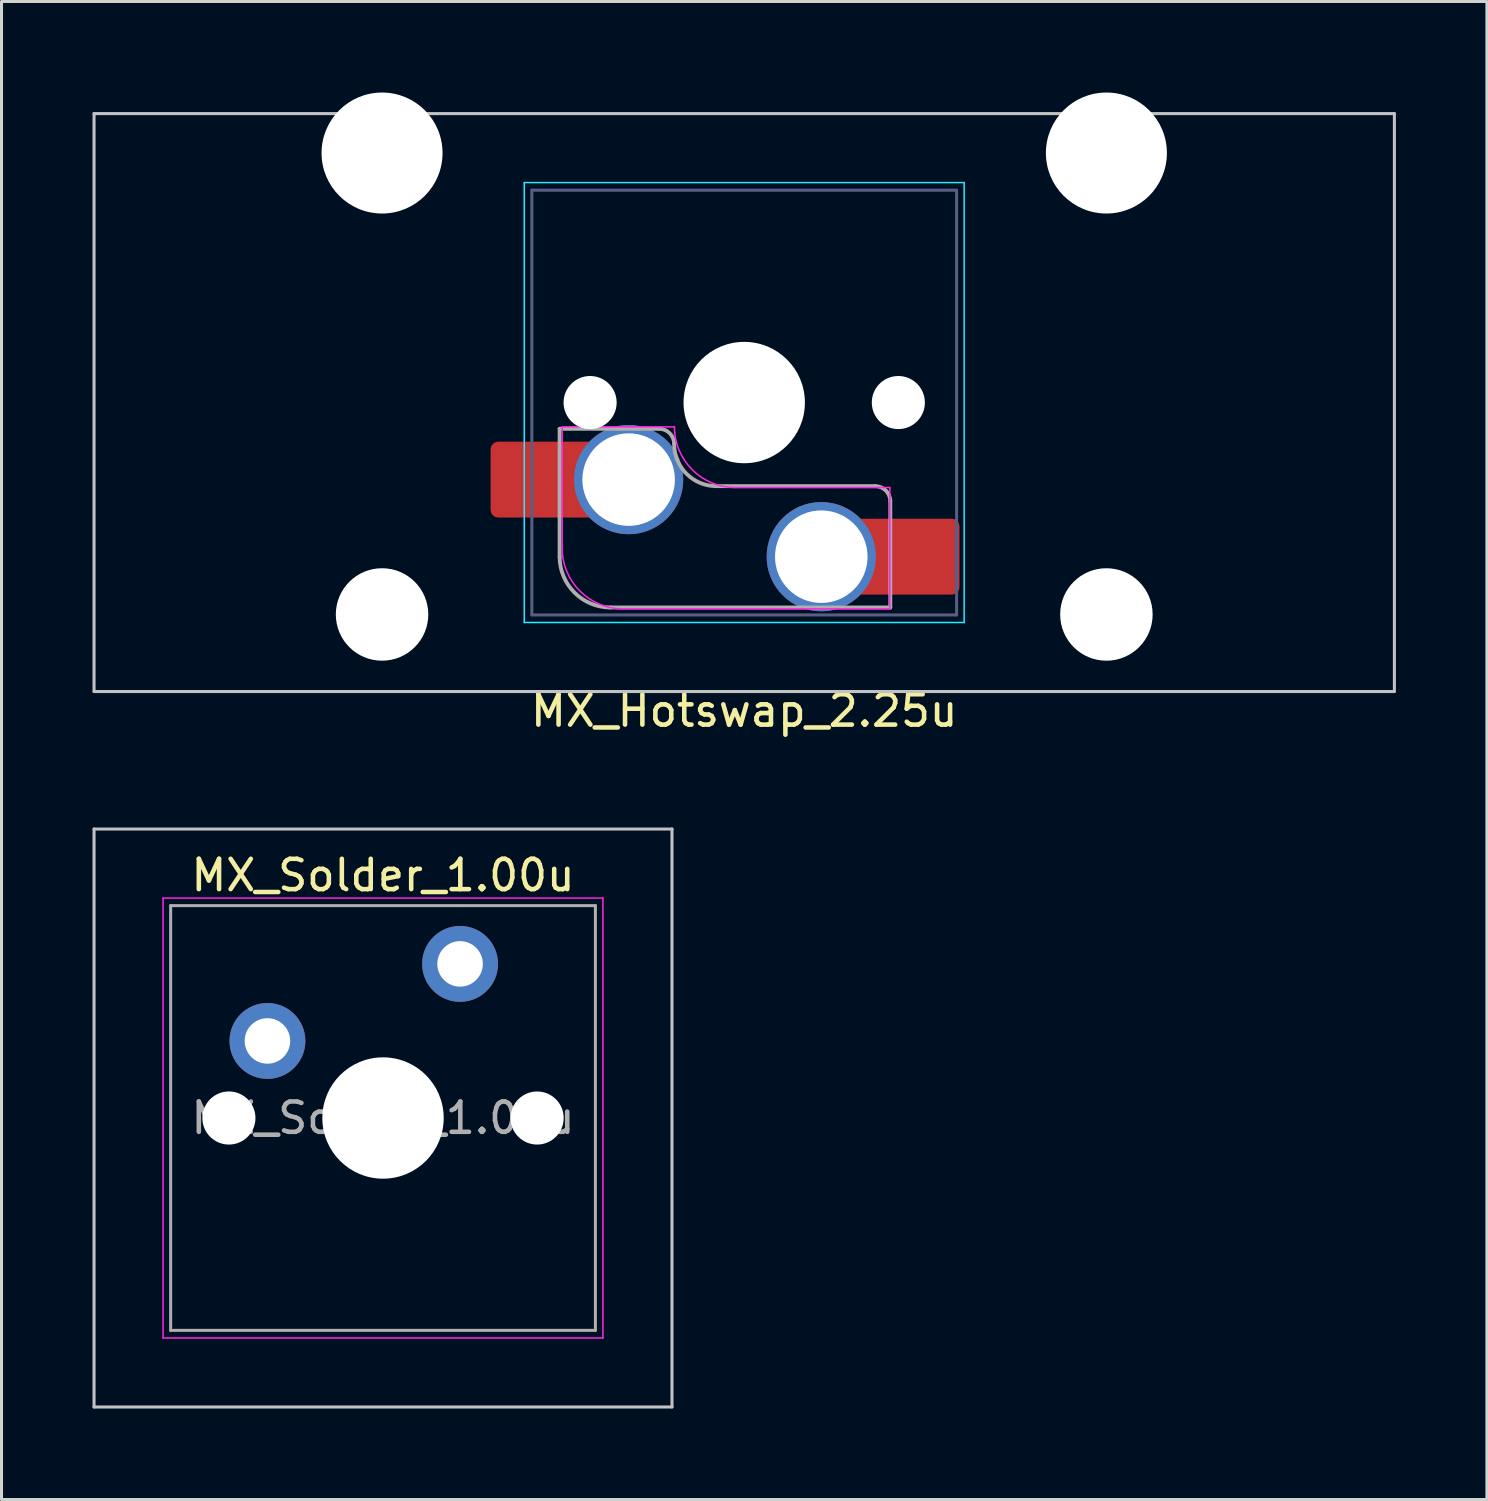
<source format=kicad_pcb>
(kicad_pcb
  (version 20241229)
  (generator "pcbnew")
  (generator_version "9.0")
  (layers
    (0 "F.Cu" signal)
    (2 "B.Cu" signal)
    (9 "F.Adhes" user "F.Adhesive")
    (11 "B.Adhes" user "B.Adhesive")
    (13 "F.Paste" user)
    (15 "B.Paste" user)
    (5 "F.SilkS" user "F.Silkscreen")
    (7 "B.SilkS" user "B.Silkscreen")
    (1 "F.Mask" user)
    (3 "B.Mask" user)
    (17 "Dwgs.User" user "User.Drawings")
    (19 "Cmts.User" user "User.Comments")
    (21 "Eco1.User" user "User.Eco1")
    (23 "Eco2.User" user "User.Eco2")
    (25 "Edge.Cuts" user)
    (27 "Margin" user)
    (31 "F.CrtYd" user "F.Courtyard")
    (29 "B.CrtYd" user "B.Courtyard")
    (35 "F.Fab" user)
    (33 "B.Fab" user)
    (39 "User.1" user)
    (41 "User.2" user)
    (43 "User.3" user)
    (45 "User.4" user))
  (footprint "MX_Solder_1.00u"
    (layer "F.Cu")
    (at 9.575 33.802)
    (property "Reference" "MX_Solder_1.00u" (at 0 -8 0) (layer "F.SilkS") (effects (font (size 1 1) (thickness 0.15))))
    (attr through_hole)
    (fp_line (start -9.525 -9.525) (end -9.525 9.525) (stroke (width 0.1) (type solid)) (layer "Dwgs.User"))
    (fp_line (start -9.525 9.525) (end 9.525 9.525) (stroke (width 0.1) (type solid)) (layer "Dwgs.User"))
    (fp_line (start 9.525 -9.525) (end -9.525 -9.525) (stroke (width 0.1) (type solid)) (layer "Dwgs.User"))
    (fp_line (start 9.525 9.525) (end 9.525 -9.525) (stroke (width 0.1) (type solid)) (layer "Dwgs.User"))
    (fp_line (start -7 -7) (end -7 7) (stroke (width 0.1) (type solid)) (layer "Eco1.User"))
    (fp_line (start -7 7) (end 7 7) (stroke (width 0.1) (type solid)) (layer "Eco1.User"))
    (fp_line (start 7 -7) (end -7 -7) (stroke (width 0.1) (type solid)) (layer "Eco1.User"))
    (fp_line (start 7 7) (end 7 -7) (stroke (width 0.1) (type solid)) (layer "Eco1.User"))
    (fp_line (start -7.25 -7.25) (end -7.25 7.25) (stroke (width 0.05) (type solid)) (layer "F.CrtYd"))
    (fp_line (start -7.25 7.25) (end 7.25 7.25) (stroke (width 0.05) (type solid)) (layer "F.CrtYd"))
    (fp_line (start 7.25 -7.25) (end -7.25 -7.25) (stroke (width 0.05) (type solid)) (layer "F.CrtYd"))
    (fp_line (start 7.25 7.25) (end 7.25 -7.25) (stroke (width 0.05) (type solid)) (layer "F.CrtYd"))
    (fp_line (start -7 -7) (end -7 7) (stroke (width 0.1) (type solid)) (layer "F.Fab"))
    (fp_line (start -7 7) (end 7 7) (stroke (width 0.1) (type solid)) (layer "F.Fab"))
    (fp_line (start 7 -7) (end -7 -7) (stroke (width 0.1) (type solid)) (layer "F.Fab"))
    (fp_line (start 7 7) (end 7 -7) (stroke (width 0.1) (type solid)) (layer "F.Fab"))
    (fp_text user "${REFERENCE}" (at 0 0 0) (layer "F.Fab") (effects (font (size 1 1) (thickness 0.15))))
    (pad "" np_thru_hole circle (at -5.08 0) (size 1.75 1.75) (drill 1.75) (layers "*.Cu" "*.Mask"))
    (pad "" np_thru_hole circle (at 0 0) (size 4 4) (drill 4) (layers "*.Cu" "*.Mask"))
    (pad "" np_thru_hole circle (at 5.08 0) (size 1.75 1.75) (drill 1.75) (layers "*.Cu" "*.Mask"))
    (pad "1" thru_hole circle (at -3.81 -2.54) (size 2.5 2.5) (drill 1.5) (layers "*.Cu" "*.Mask"))
    (pad "2" thru_hole circle (at 2.54 -5.08) (size 2.5 2.5) (drill 1.5) (layers "*.Cu" "*.Mask")))
  (footprint "MX_Hotswap_2.25u"
    (layer "F.Cu")
    (at 20.846 14.029)
    (property "Reference" "MX_Hotswap_2.25u" (at 0.635 6.35 0) (layer "F.SilkS") (effects (font (size 1 1) (thickness 0.15))))
    (attr smd allow_soldermask_bridges)
    (fp_line (start -20.796 -13.335) (end -20.796 5.715) (stroke (width 0.1) (type solid)) (layer "Dwgs.User"))
    (fp_line (start -20.796 5.715) (end 22.066 5.715) (stroke (width 0.1) (type solid)) (layer "Dwgs.User"))
    (fp_line (start 22.066 -13.335) (end -20.796 -13.335) (stroke (width 0.1) (type solid)) (layer "Dwgs.User"))
    (fp_line (start 22.066 5.715) (end 22.066 -13.335) (stroke (width 0.1) (type solid)) (layer "Dwgs.User"))
    (fp_line (start -14.678 -10.58) (end -14.678 1.72) (stroke (width 0.1) (type solid)) (layer "Eco1.User"))
    (fp_line (start -14.678 1.72) (end -7.928 1.72) (stroke (width 0.1) (type solid)) (layer "Eco1.User"))
    (fp_line (start -7.928 -10.58) (end -14.678 -10.58) (stroke (width 0.1) (type solid)) (layer "Eco1.User"))
    (fp_line (start -7.928 1.72) (end -7.928 -10.58) (stroke (width 0.1) (type solid)) (layer "Eco1.User"))
    (fp_line (start 9.198 -10.58) (end 9.198 1.72) (stroke (width 0.1) (type solid)) (layer "Eco1.User"))
    (fp_line (start 9.198 1.72) (end 15.948 1.72) (stroke (width 0.1) (type solid)) (layer "Eco1.User"))
    (fp_line (start 15.948 -10.58) (end 9.198 -10.58) (stroke (width 0.1) (type solid)) (layer "Eco1.User"))
    (fp_line (start 15.948 1.72) (end 15.948 -10.58) (stroke (width 0.1) (type solid)) (layer "Eco1.User"))
    (fp_line (start -6.615 -11.06) (end -6.615 3.44) (stroke (width 0.05) (type solid)) (layer "B.CrtYd"))
    (fp_line (start -6.615 3.44) (end 7.885 3.44) (stroke (width 0.05) (type solid)) (layer "B.CrtYd"))
    (fp_line (start 7.885 -11.06) (end -6.615 -11.06) (stroke (width 0.05) (type solid)) (layer "B.CrtYd"))
    (fp_line (start 7.885 3.44) (end 7.885 -11.06) (stroke (width 0.05) (type solid)) (layer "B.CrtYd"))
    (fp_line (start -5.365 0.99) (end -5.365 -3.01) (stroke (width 0.05) (type solid)) (layer "F.CrtYd"))
    (fp_line (start -1.665 -3.01) (end -5.365 -3.01) (stroke (width 0.05) (type solid)) (layer "F.CrtYd"))
    (fp_line (start 5.435 -1.01) (end 0.335 -1.01) (stroke (width 0.05) (type solid)) (layer "F.CrtYd"))
    (fp_line (start 5.435 -1.01) (end 5.435 2.99) (stroke (width 0.05) (type solid)) (layer "F.CrtYd"))
    (fp_line (start 5.435 2.99) (end -3.365 2.99) (stroke (width 0.05) (type solid)) (layer "F.CrtYd"))
    (fp_arc (start -3.365 2.99) (mid -4.779214 2.404214) (end -5.365 0.99) (stroke (width 0.05) (type solid)) (layer "F.CrtYd"))
    (fp_arc (start 0.335 -1.01) (mid -1.079214 -1.595786) (end -1.665 -3.01) (stroke (width 0.05) (type solid)) (layer "F.CrtYd"))
    (fp_line (start -6.365 -10.81) (end -6.365 3.19) (stroke (width 0.1) (type solid)) (layer "B.Fab"))
    (fp_line (start -6.365 3.19) (end 7.635 3.19) (stroke (width 0.1) (type solid)) (layer "B.Fab"))
    (fp_line (start 7.635 -10.81) (end -6.365 -10.81) (stroke (width 0.1) (type solid)) (layer "B.Fab"))
    (fp_line (start 7.635 3.19) (end 7.635 -10.81) (stroke (width 0.1) (type solid)) (layer "B.Fab"))
    (fp_line (start -5.45 -2.945) (end -2.175 -2.945) (stroke (width 0.127) (type solid)) (layer "F.Fab"))
    (fp_line (start -5.45 1.27) (end -5.45 -2.945) (stroke (width 0.127) (type solid)) (layer "F.Fab"))
    (fp_line (start -0.285 -1.055) (end 4.95 -1.055) (stroke (width 0.127) (type solid)) (layer "F.Fab"))
    (fp_line (start 5.45 -0.555) (end 5.45 2.945) (stroke (width 0.127) (type solid)) (layer "F.Fab"))
    (fp_line (start 5.45 2.945) (end -3.775 2.945) (stroke (width 0.127) (type solid)) (layer "F.Fab"))
    (fp_arc (start -3.775 2.945) (mid -4.959404 2.454404) (end -5.45 1.27) (stroke (width 0.127) (type solid)) (layer "F.Fab"))
    (fp_arc (start -2.175 -2.945) (mid -1.821447 -2.798553) (end -1.675 -2.445) (stroke (width 0.127) (type solid)) (layer "F.Fab"))
    (fp_arc (start -0.285 -1.055) (mid -1.267878 -1.462122) (end -1.675 -2.445) (stroke (width 0.127) (type solid)) (layer "F.Fab"))
    (fp_arc (start 4.95 -1.055) (mid 5.303553 -0.908553) (end 5.45 -0.555) (stroke (width 0.127) (type solid)) (layer "F.Fab"))
    (pad "" np_thru_hole circle (at -11.303 -12.035 180) (size 3.988 3.988) (drill 3.988) (layers "*.Cu" "*.Mask"))
    (pad "" np_thru_hole circle (at -11.303 3.175 180) (size 3.048 3.048) (drill 3.048) (layers "*.Cu" "*.Mask"))
    (pad "" smd roundrect (at -6.45 -1.27 180) (size 2.55 2.5) (layers "F.Mask" "F.Paste") (roundrect_rratio 0.1))
    (pad "" np_thru_hole circle (at -4.445 -3.81 180) (size 1.75 1.75) (drill 1.75) (layers "*.Cu" "*.Mask"))
    (pad "" np_thru_hole circle (at 0.635 -3.81 180) (size 4 4) (drill 4) (layers "*.Cu" "*.Mask"))
    (pad "" np_thru_hole circle (at 5.715 -3.81 180) (size 1.75 1.75) (drill 1.75) (layers "*.Cu" "*.Mask"))
    (pad "" smd roundrect (at 6.477 1.27 180) (size 2.55 2.5) (layers "F.Mask" "F.Paste") (roundrect_rratio 0.1))
    (pad "" np_thru_hole circle (at 12.573 -12.035 180) (size 3.988 3.988) (drill 3.988) (layers "*.Cu" "*.Mask"))
    (pad "" np_thru_hole circle (at 12.573 3.175 180) (size 3.048 3.048) (drill 3.048) (layers "*.Cu" "*.Mask"))
    (pad "1" smd roundrect (at -5.95 -1.27 180) (size 3.55 2.5) (layers "F.Cu") (roundrect_rratio 0.1))
    (pad "1" thru_hole circle (at -3.175 -1.27 180) (size 3.6 3.6) (drill 3.05) (layers "*.Cu" "*.Mask"))
    (pad "2" thru_hole circle (at 3.175 1.27 180) (size 3.6 3.6) (drill 3.05) (layers "*.Cu" "*.Mask"))
    (pad "2" smd roundrect (at 5.955 1.27 180) (size 3.55 2.5) (layers "F.Cu") (roundrect_rratio 0.1)))
  (gr_rect
    (start -3 -3)
    (end 45.962 46.377)
    (stroke (width 0.1) (type default))
    (fill no)
    (layer "Edge.Cuts")))
</source>
